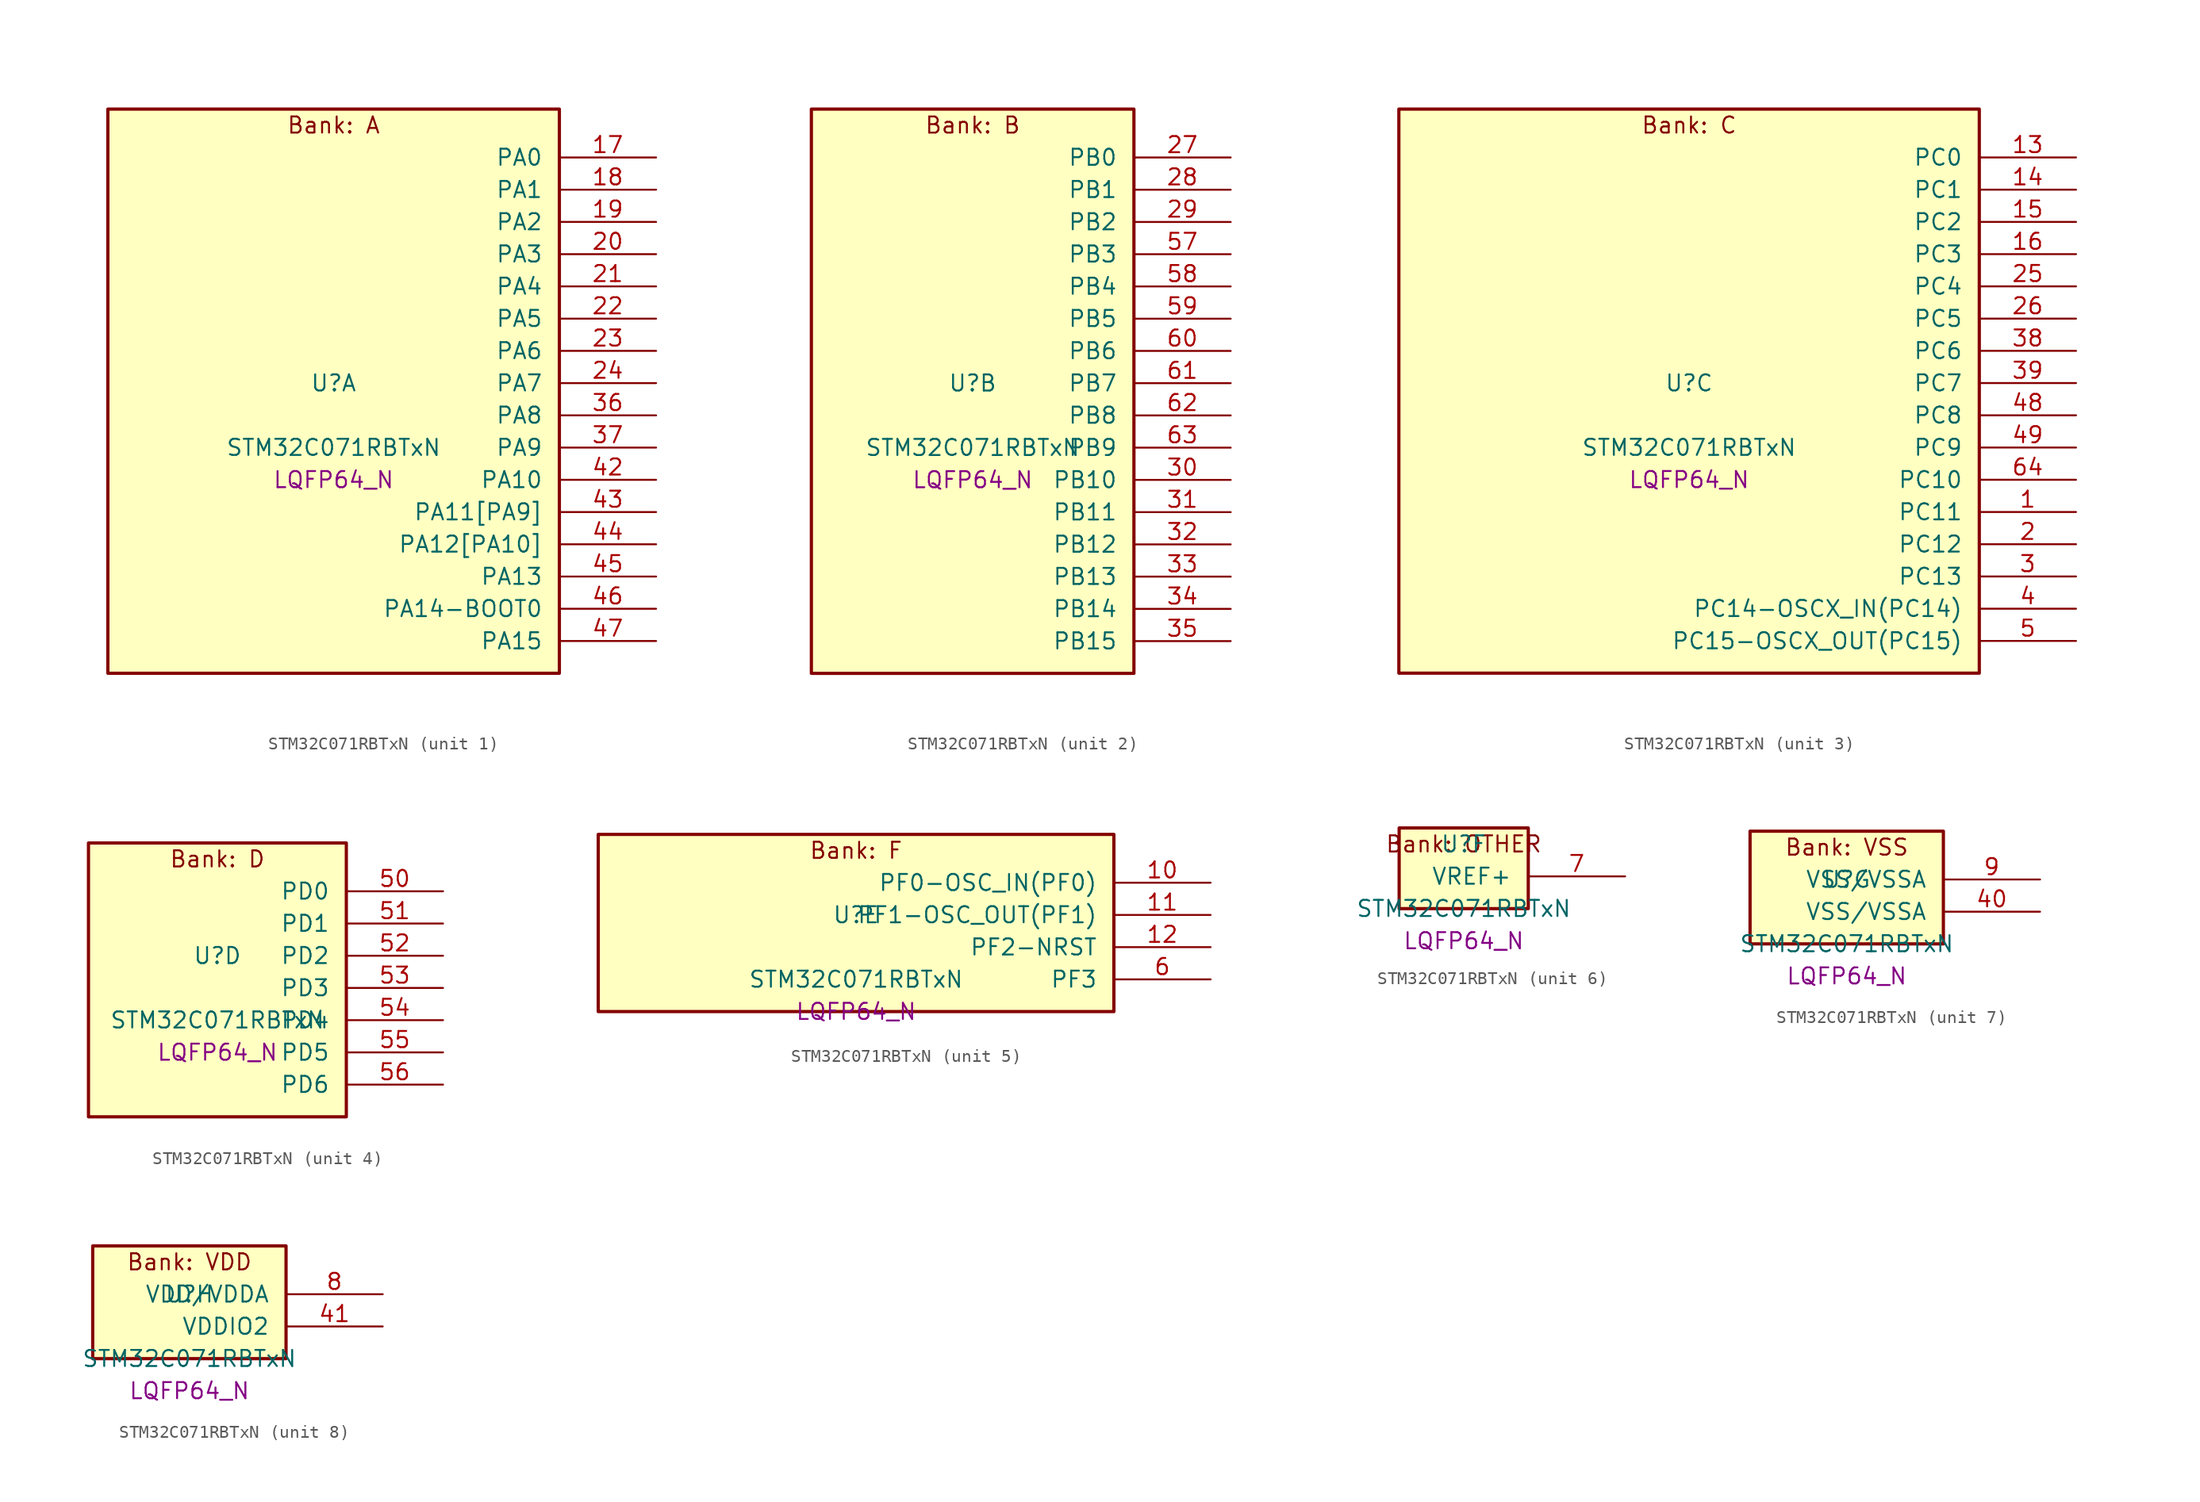
<source format=kicad_sym>
(kicad_symbol_lib
  (version 20241209)
  (generator "stm32_pkl_generator")
  (generator_version "1.0")
  (symbol "STM32C071RBTxN"
    (pin_names
      (offset 1.27))
    (property "Reference" "U"
      (at 0 2.54 0))
    (property "Value" "STM32C071RBTxN"
      (at 0 -2.54 0))
    (property "Footprint" "LQFP64_N"
      (at 0 -5.08 0))
    (symbol "STM32C071RBTxN_1_1"
      (rectangle (start -17.78 24.13) (end 17.78 -20.32) (stroke (width 0.254) (type solid)) (fill (type background)))
      (text "Bank: A" (at 0 22.86 0))
      (pin bidirectional line (at 25.4 20.32 180) (length 7.62) (name "PA0") (number "17") (alternate "PA0/ADC1_IN0" bidirectional line) (alternate "PA0/PWR_WKUP1" bidirectional line) (alternate "PA0/SPI2_SCK" bidirectional line) (alternate "PA0/TIM16_CH1" bidirectional line) (alternate "PA0/TIM1_CH1" bidirectional line) (alternate "PA0/TIM2_CH1" bidirectional line) (alternate "PA0/TIM2_ETR" bidirectional line) (alternate "PA0/USART1_TX" bidirectional line) (alternate "PA0/USART2_CTS" bidirectional line) (alternate "PA0/USART2_NSS" bidirectional line))
      (pin bidirectional line (at 25.4 17.78 180) (length 7.62) (name "PA1") (number "18") (alternate "PA1/ADC1_IN1" bidirectional line) (alternate "PA1/I2C1_SMBA" bidirectional line) (alternate "PA1/I2S1_CK" bidirectional line) (alternate "PA1/SPI1_SCK" bidirectional line) (alternate "PA1/TIM17_CH1" bidirectional line) (alternate "PA1/TIM1_CH2" bidirectional line) (alternate "PA1/TIM2_CH2" bidirectional line) (alternate "PA1/USART1_RX" bidirectional line) (alternate "PA1/USART2_CK" bidirectional line) (alternate "PA1/USART2_DE" bidirectional line) (alternate "PA1/USART2_RTS" bidirectional line))
      (pin bidirectional line (at 25.4 15.24 180) (length 7.62) (name "PA2") (number "19") (alternate "PA2/ADC1_IN2" bidirectional line) (alternate "PA2/I2S1_SD" bidirectional line) (alternate "PA2/PWR_WKUP4" bidirectional line) (alternate "PA2/RCC_LSCO" bidirectional line) (alternate "PA2/SPI1_MOSI" bidirectional line) (alternate "PA2/TIM16_CH1N" bidirectional line) (alternate "PA2/TIM1_CH3" bidirectional line) (alternate "PA2/TIM2_CH3" bidirectional line) (alternate "PA2/TIM3_ETR" bidirectional line) (alternate "PA2/USART2_TX" bidirectional line))
      (pin bidirectional line (at 25.4 12.7 180) (length 7.62) (name "PA3") (number "20") (alternate "PA3/ADC1_IN3" bidirectional line) (alternate "PA3/SPI2_MISO" bidirectional line) (alternate "PA3/TIM1_CH1N" bidirectional line) (alternate "PA3/TIM1_CH4" bidirectional line) (alternate "PA3/TIM2_CH4" bidirectional line) (alternate "PA3/USART2_RX" bidirectional line))
      (pin bidirectional line (at 25.4 10.16 180) (length 7.62) (name "PA4") (number "21") (alternate "PA4/ADC1_IN4" bidirectional line) (alternate "PA4/I2S1_WS" bidirectional line) (alternate "PA4/RTC_OUT2" bidirectional line) (alternate "PA4/SPI1_NSS" bidirectional line) (alternate "PA4/SPI2_MOSI" bidirectional line) (alternate "PA4/TIM14_CH1" bidirectional line) (alternate "PA4/TIM17_CH1N" bidirectional line) (alternate "PA4/TIM1_CH2N" bidirectional line) (alternate "PA4/USART2_TX" bidirectional line) (alternate "PA4/USB_NOE" bidirectional line))
      (pin bidirectional line (at 25.4 7.62 180) (length 7.62) (name "PA5") (number "22") (alternate "PA5/ADC1_IN5" bidirectional line) (alternate "PA5/I2S1_CK" bidirectional line) (alternate "PA5/SPI1_SCK" bidirectional line) (alternate "PA5/TIM1_CH1" bidirectional line) (alternate "PA5/TIM1_CH3N" bidirectional line) (alternate "PA5/TIM2_CH1" bidirectional line) (alternate "PA5/TIM2_ETR" bidirectional line) (alternate "PA5/USART2_RX" bidirectional line))
      (pin bidirectional line (at 25.4 5.08 180) (length 7.62) (name "PA6") (number "23") (alternate "PA6/ADC1_IN6" bidirectional line) (alternate "PA6/I2C2_SDA" bidirectional line) (alternate "PA6/I2S1_MCK" bidirectional line) (alternate "PA6/SPI1_MISO" bidirectional line) (alternate "PA6/TIM16_CH1" bidirectional line) (alternate "PA6/TIM1_BKIN" bidirectional line) (alternate "PA6/TIM3_CH1" bidirectional line))
      (pin bidirectional line (at 25.4 2.54 180) (length 7.62) (name "PA7") (number "24") (alternate "PA7/ADC1_IN7" bidirectional line) (alternate "PA7/I2C2_SCL" bidirectional line) (alternate "PA7/I2S1_SD" bidirectional line) (alternate "PA7/SPI1_MOSI" bidirectional line) (alternate "PA7/TIM14_CH1" bidirectional line) (alternate "PA7/TIM17_CH1" bidirectional line) (alternate "PA7/TIM1_CH1N" bidirectional line) (alternate "PA7/TIM3_CH2" bidirectional line))
      (pin bidirectional line (at 25.4 0 180) (length 7.62) (name "PA8") (number "36") (alternate "PA8/ADC1_IN8" bidirectional line) (alternate "PA8/CRS_SYNC" bidirectional line) (alternate "PA8/I2S1_WS" bidirectional line) (alternate "PA8/RCC_MCO" bidirectional line) (alternate "PA8/RCC_MCO_2" bidirectional line) (alternate "PA8/SPI1_NSS" bidirectional line) (alternate "PA8/SPI2_MISO" bidirectional line) (alternate "PA8/SPI2_NSS" bidirectional line) (alternate "PA8/TIM14_CH1" bidirectional line) (alternate "PA8/TIM1_CH1" bidirectional line) (alternate "PA8/TIM1_CH2N" bidirectional line) (alternate "PA8/TIM1_CH3N" bidirectional line) (alternate "PA8/TIM3_CH3" bidirectional line) (alternate "PA8/TIM3_CH4" bidirectional line) (alternate "PA8/USART1_RX" bidirectional line) (alternate "PA8/USART2_TX" bidirectional line))
      (pin bidirectional line (at 25.4 -2.54 180) (length 7.62) (name "PA9") (number "37") (alternate "PA9/I2C1_SCL" bidirectional line) (alternate "PA9/I2C2_SCL" bidirectional line) (alternate "PA9/RCC_MCO" bidirectional line) (alternate "PA9/SPI2_MISO" bidirectional line) (alternate "PA9/TIM1_CH2" bidirectional line) (alternate "PA9/TIM3_ETR" bidirectional line) (alternate "PA9/USART1_TX" bidirectional line) (alternate "PA9/NC" bidirectional line))
      (pin bidirectional line (at 25.4 -5.08 180) (length 7.62) (name "PA10") (number "42") (alternate "PA10/I2C1_SDA" bidirectional line) (alternate "PA10/I2C2_SDA" bidirectional line) (alternate "PA10/RCC_MCO_2" bidirectional line) (alternate "PA10/SPI2_MOSI" bidirectional line) (alternate "PA10/TIM17_BKIN" bidirectional line) (alternate "PA10/TIM1_CH3" bidirectional line) (alternate "PA10/USART1_RX" bidirectional line) (alternate "PA10/NC" bidirectional line))
      (pin bidirectional line (at 25.4 -7.62 180) (length 7.62) (name "PA11[PA9]") (number "43") (alternate "PA11[PA9]/ADC1_EXTI11" bidirectional line) (alternate "PA11[PA9]/I2C2_SCL" bidirectional line) (alternate "PA11[PA9]/I2S1_MCK" bidirectional line) (alternate "PA11[PA9]/SPI1_MISO" bidirectional line) (alternate "PA11[PA9]/TIM1_BKIN2" bidirectional line) (alternate "PA11[PA9]/TIM1_CH4" bidirectional line) (alternate "PA11[PA9]/USART1_CTS" bidirectional line) (alternate "PA11[PA9]/USART1_NSS" bidirectional line) (alternate "PA11[PA9]/USB_DM" bidirectional line) (alternate "PA11[PA9]/PA9[PA11]" bidirectional line) (alternate "PA11[PA9]/I2C1_SCL" bidirectional line) (alternate "PA11[PA9]/RCC_MCO" bidirectional line) (alternate "PA11[PA9]/SPI2_MISO" bidirectional line) (alternate "PA11[PA9]/TIM1_CH2" bidirectional line) (alternate "PA11[PA9]/TIM3_ETR" bidirectional line) (alternate "PA11[PA9]/USART1_TX" bidirectional line))
      (pin bidirectional line (at 25.4 -10.16 180) (length 7.62) (name "PA12[PA10]") (number "44") (alternate "PA12[PA10]/I2C2_SDA" bidirectional line) (alternate "PA12[PA10]/I2S1_SD" bidirectional line) (alternate "PA12[PA10]/I2S_CKIN" bidirectional line) (alternate "PA12[PA10]/SPI1_MOSI" bidirectional line) (alternate "PA12[PA10]/TIM1_ETR" bidirectional line) (alternate "PA12[PA10]/USART1_CK" bidirectional line) (alternate "PA12[PA10]/USART1_DE" bidirectional line) (alternate "PA12[PA10]/USART1_RTS" bidirectional line) (alternate "PA12[PA10]/USB_DP" bidirectional line) (alternate "PA12[PA10]/PA10[PA12]" bidirectional line) (alternate "PA12[PA10]/I2C1_SDA" bidirectional line) (alternate "PA12[PA10]/RCC_MCO_2" bidirectional line) (alternate "PA12[PA10]/SPI2_MOSI" bidirectional line) (alternate "PA12[PA10]/TIM17_BKIN" bidirectional line) (alternate "PA12[PA10]/TIM1_CH3" bidirectional line) (alternate "PA12[PA10]/USART1_RX" bidirectional line))
      (pin bidirectional line (at 25.4 -12.7 180) (length 7.62) (name "PA13") (number "45") (alternate "PA13/ADC1_IN13" bidirectional line) (alternate "PA13/DEBUG_SWDIO" bidirectional line) (alternate "PA13/IR_OUT" bidirectional line) (alternate "PA13/TIM3_ETR" bidirectional line) (alternate "PA13/USART2_RX" bidirectional line) (alternate "PA13/USB_NOE" bidirectional line))
      (pin bidirectional line (at 25.4 -15.24 180) (length 7.62) (name "PA14-BOOT0") (number "46") (alternate "PA14-BOOT0/ADC1_IN14" bidirectional line) (alternate "PA14-BOOT0/DEBUG_SWCLK" bidirectional line) (alternate "PA14-BOOT0/I2S1_WS" bidirectional line) (alternate "PA14-BOOT0/RCC_MCO_2" bidirectional line) (alternate "PA14-BOOT0/SPI1_NSS" bidirectional line) (alternate "PA14-BOOT0/TIM1_CH1" bidirectional line) (alternate "PA14-BOOT0/USART1_CK" bidirectional line) (alternate "PA14-BOOT0/USART1_DE" bidirectional line) (alternate "PA14-BOOT0/USART1_RTS" bidirectional line) (alternate "PA14-BOOT0/USART2_RX" bidirectional line) (alternate "PA14-BOOT0/USART2_TX" bidirectional line))
      (pin bidirectional line (at 25.4 -17.78 180) (length 7.62) (name "PA15") (number "47") (alternate "PA15/I2S1_WS" bidirectional line) (alternate "PA15/RCC_MCO_2" bidirectional line) (alternate "PA15/SPI1_NSS" bidirectional line) (alternate "PA15/TIM1_CH1" bidirectional line) (alternate "PA15/TIM2_CH1" bidirectional line) (alternate "PA15/TIM2_ETR" bidirectional line) (alternate "PA15/USART1_CK" bidirectional line) (alternate "PA15/USART1_DE" bidirectional line) (alternate "PA15/USART1_RTS" bidirectional line) (alternate "PA15/USART2_RX" bidirectional line) (alternate "PA15/USB_NOE" bidirectional line)))
    (symbol "STM32C071RBTxN_2_1"
      (rectangle (start -12.7 24.13) (end 12.7 -20.32) (stroke (width 0.254) (type solid)) (fill (type background)))
      (text "Bank: B" (at 0 22.86 0))
      (pin bidirectional line (at 20.32 20.32 180) (length 7.62) (name "PB0") (number "27") (alternate "PB0/ADC1_IN17" bidirectional line) (alternate "PB0/I2S1_WS" bidirectional line) (alternate "PB0/SPI1_NSS" bidirectional line) (alternate "PB0/TIM1_CH2N" bidirectional line) (alternate "PB0/TIM3_CH3" bidirectional line))
      (pin bidirectional line (at 20.32 17.78 180) (length 7.62) (name "PB1") (number "28") (alternate "PB1/ADC1_IN18" bidirectional line) (alternate "PB1/TIM14_CH1" bidirectional line) (alternate "PB1/TIM1_CH2N" bidirectional line) (alternate "PB1/TIM1_CH3N" bidirectional line) (alternate "PB1/TIM3_CH4" bidirectional line))
      (pin bidirectional line (at 20.32 15.24 180) (length 7.62) (name "PB2") (number "29") (alternate "PB2/ADC1_IN19" bidirectional line) (alternate "PB2/RCC_MCO_2" bidirectional line) (alternate "PB2/SPI2_MISO" bidirectional line) (alternate "PB2/USART1_RX" bidirectional line))
      (pin bidirectional line (at 20.32 12.7 180) (length 7.62) (name "PB3") (number "57") (alternate "PB3/I2C2_SCL" bidirectional line) (alternate "PB3/I2S1_CK" bidirectional line) (alternate "PB3/SPI1_SCK" bidirectional line) (alternate "PB3/TIM1_CH2" bidirectional line) (alternate "PB3/TIM2_CH2" bidirectional line) (alternate "PB3/TIM3_CH2" bidirectional line) (alternate "PB3/USART1_CK" bidirectional line) (alternate "PB3/USART1_DE" bidirectional line) (alternate "PB3/USART1_RTS" bidirectional line))
      (pin bidirectional line (at 20.32 10.16 180) (length 7.62) (name "PB4") (number "58") (alternate "PB4/I2C2_SDA" bidirectional line) (alternate "PB4/I2S1_MCK" bidirectional line) (alternate "PB4/SPI1_MISO" bidirectional line) (alternate "PB4/TIM17_BKIN" bidirectional line) (alternate "PB4/TIM3_CH1" bidirectional line) (alternate "PB4/USART1_CTS" bidirectional line) (alternate "PB4/USART1_NSS" bidirectional line))
      (pin bidirectional line (at 20.32 7.62 180) (length 7.62) (name "PB5") (number "59") (alternate "PB5/I2C1_SMBA" bidirectional line) (alternate "PB5/I2S1_SD" bidirectional line) (alternate "PB5/PWR_WKUP6" bidirectional line) (alternate "PB5/SPI1_MOSI" bidirectional line) (alternate "PB5/TIM16_BKIN" bidirectional line) (alternate "PB5/TIM3_CH2" bidirectional line) (alternate "PB5/TIM3_CH3" bidirectional line))
      (pin bidirectional line (at 20.32 5.08 180) (length 7.62) (name "PB6") (number "60") (alternate "PB6/I2C1_SCL" bidirectional line) (alternate "PB6/I2C1_SMBA" bidirectional line) (alternate "PB6/I2S1_CK" bidirectional line) (alternate "PB6/I2S1_MCK" bidirectional line) (alternate "PB6/I2S1_SD" bidirectional line) (alternate "PB6/PWR_WKUP3" bidirectional line) (alternate "PB6/SPI1_MISO" bidirectional line) (alternate "PB6/SPI1_MOSI" bidirectional line) (alternate "PB6/SPI1_SCK" bidirectional line) (alternate "PB6/SPI2_MISO" bidirectional line) (alternate "PB6/TIM16_BKIN" bidirectional line) (alternate "PB6/TIM16_CH1N" bidirectional line) (alternate "PB6/TIM17_BKIN" bidirectional line) (alternate "PB6/TIM1_CH2" bidirectional line) (alternate "PB6/TIM1_CH3" bidirectional line) (alternate "PB6/TIM3_CH1" bidirectional line) (alternate "PB6/TIM3_CH2" bidirectional line) (alternate "PB6/TIM3_CH3" bidirectional line) (alternate "PB6/USART1_CTS" bidirectional line) (alternate "PB6/USART1_NSS" bidirectional line) (alternate "PB6/USART1_TX" bidirectional line))
      (pin bidirectional line (at 20.32 2.54 180) (length 7.62) (name "PB7") (number "61") (alternate "PB7/I2C1_SCL" bidirectional line) (alternate "PB7/I2C1_SDA" bidirectional line) (alternate "PB7/SPI2_MOSI" bidirectional line) (alternate "PB7/TIM16_CH1" bidirectional line) (alternate "PB7/TIM17_CH1N" bidirectional line) (alternate "PB7/TIM1_CH4" bidirectional line) (alternate "PB7/TIM3_CH1" bidirectional line) (alternate "PB7/TIM3_CH4" bidirectional line) (alternate "PB7/USART1_RX" bidirectional line) (alternate "PB7/USART2_CTS" bidirectional line) (alternate "PB7/USART2_NSS" bidirectional line))
      (pin bidirectional line (at 20.32 0 180) (length 7.62) (name "PB8") (number "62") (alternate "PB8/I2C1_SCL" bidirectional line) (alternate "PB8/SPI2_SCK" bidirectional line) (alternate "PB8/TIM16_CH1" bidirectional line) (alternate "PB8/TIM3_CH1" bidirectional line) (alternate "PB8/USART2_CTS" bidirectional line) (alternate "PB8/USART2_NSS" bidirectional line))
      (pin bidirectional line (at 20.32 -2.54 180) (length 7.62) (name "PB9") (number "63") (alternate "PB9/I2C1_SDA" bidirectional line) (alternate "PB9/IR_OUT" bidirectional line) (alternate "PB9/SPI2_NSS" bidirectional line) (alternate "PB9/TIM17_CH1" bidirectional line) (alternate "PB9/TIM3_CH2" bidirectional line) (alternate "PB9/USART2_CK" bidirectional line) (alternate "PB9/USART2_DE" bidirectional line) (alternate "PB9/USART2_RTS" bidirectional line))
      (pin bidirectional line (at 20.32 -5.08 180) (length 7.62) (name "PB10") (number "30") (alternate "PB10/ADC1_IN20" bidirectional line) (alternate "PB10/I2C2_SCL" bidirectional line) (alternate "PB10/SPI2_SCK" bidirectional line) (alternate "PB10/TIM2_CH3" bidirectional line))
      (pin bidirectional line (at 20.32 -7.62 180) (length 7.62) (name "PB11") (number "31") (alternate "PB11/ADC1_EXTI11" bidirectional line) (alternate "PB11/ADC1_IN21" bidirectional line) (alternate "PB11/I2C2_SDA" bidirectional line) (alternate "PB11/SPI2_MOSI" bidirectional line) (alternate "PB11/TIM2_CH4" bidirectional line))
      (pin bidirectional line (at 20.32 -10.16 180) (length 7.62) (name "PB12") (number "32") (alternate "PB12/ADC1_IN22" bidirectional line) (alternate "PB12/SPI2_NSS" bidirectional line) (alternate "PB12/TIM1_BKIN" bidirectional line) (alternate "PB12/TIM1_BKIN2" bidirectional line))
      (pin bidirectional line (at 20.32 -12.7 180) (length 7.62) (name "PB13") (number "33") (alternate "PB13/I2C2_SCL" bidirectional line) (alternate "PB13/SPI2_SCK" bidirectional line) (alternate "PB13/TIM1_CH1N" bidirectional line))
      (pin bidirectional line (at 20.32 -15.24 180) (length 7.62) (name "PB14") (number "34") (alternate "PB14/I2C2_SDA" bidirectional line) (alternate "PB14/SPI2_MISO" bidirectional line) (alternate "PB14/TIM1_CH2N" bidirectional line))
      (pin bidirectional line (at 20.32 -17.78 180) (length 7.62) (name "PB15") (number "35") (alternate "PB15/RTC_REFIN" bidirectional line) (alternate "PB15/SPI2_MOSI" bidirectional line) (alternate "PB15/TIM1_CH3N" bidirectional line)))
    (symbol "STM32C071RBTxN_3_1"
      (rectangle (start -22.86 24.13) (end 22.86 -20.32) (stroke (width 0.254) (type solid)) (fill (type background)))
      (text "Bank: C" (at 0 22.86 0))
      (pin bidirectional line (at 30.48 20.32 180) (length 7.62) (name "PC0") (number "13"))
      (pin bidirectional line (at 30.48 17.78 180) (length 7.62) (name "PC1") (number "14"))
      (pin bidirectional line (at 30.48 15.24 180) (length 7.62) (name "PC2") (number "15") (alternate "PC2/SPI2_MISO" bidirectional line))
      (pin bidirectional line (at 30.48 12.7 180) (length 7.62) (name "PC3") (number "16") (alternate "PC3/SPI2_MOSI" bidirectional line))
      (pin bidirectional line (at 30.48 10.16 180) (length 7.62) (name "PC4") (number "25") (alternate "PC4/ADC1_IN11" bidirectional line) (alternate "PC4/TIM2_CH1" bidirectional line) (alternate "PC4/TIM2_ETR" bidirectional line) (alternate "PC4/USART1_TX" bidirectional line))
      (pin bidirectional line (at 30.48 7.62 180) (length 7.62) (name "PC5") (number "26") (alternate "PC5/ADC1_IN12" bidirectional line) (alternate "PC5/PWR_WKUP5" bidirectional line) (alternate "PC5/TIM2_CH2" bidirectional line) (alternate "PC5/USART1_RX" bidirectional line))
      (pin bidirectional line (at 30.48 5.08 180) (length 7.62) (name "PC6") (number "38") (alternate "PC6/TIM2_CH3" bidirectional line) (alternate "PC6/TIM3_CH1" bidirectional line))
      (pin bidirectional line (at 30.48 2.54 180) (length 7.62) (name "PC7") (number "39") (alternate "PC7/TIM2_CH4" bidirectional line) (alternate "PC7/TIM3_CH2" bidirectional line))
      (pin bidirectional line (at 30.48 0 180) (length 7.62) (name "PC8") (number "48") (alternate "PC8/TIM1_CH1" bidirectional line) (alternate "PC8/TIM3_CH3" bidirectional line))
      (pin bidirectional line (at 30.48 -2.54 180) (length 7.62) (name "PC9") (number "49") (alternate "PC9/I2S_CKIN" bidirectional line) (alternate "PC9/TIM1_CH2" bidirectional line) (alternate "PC9/TIM3_CH4" bidirectional line) (alternate "PC9/USB_NOE" bidirectional line))
      (pin bidirectional line (at 30.48 -5.08 180) (length 7.62) (name "PC10") (number "64") (alternate "PC10/TIM1_CH3" bidirectional line))
      (pin bidirectional line (at 30.48 -7.62 180) (length 7.62) (name "PC11") (number "1") (alternate "PC11/ADC1_EXTI11" bidirectional line) (alternate "PC11/TIM1_CH4" bidirectional line))
      (pin bidirectional line (at 30.48 -10.16 180) (length 7.62) (name "PC12") (number "2") (alternate "PC12/TIM14_CH1" bidirectional line))
      (pin bidirectional line (at 30.48 -12.7 180) (length 7.62) (name "PC13") (number "3") (alternate "PC13/PWR_WKUP2" bidirectional line) (alternate "PC13/RTC_OUT1" bidirectional line) (alternate "PC13/RTC_TS" bidirectional line) (alternate "PC13/TIM1_BKIN" bidirectional line) (alternate "PC13/TIM1_ETR" bidirectional line))
      (pin bidirectional line (at 30.48 -15.24 180) (length 7.62) (name "PC14-OSCX_IN(PC14)") (number "4") (alternate "PC14-OSCX_IN(PC14)/I2C1_SDA" bidirectional line) (alternate "PC14-OSCX_IN(PC14)/IR_OUT" bidirectional line) (alternate "PC14-OSCX_IN(PC14)/RCC_OSCX_IN" bidirectional line) (alternate "PC14-OSCX_IN(PC14)/SPI2_NSS" bidirectional line) (alternate "PC14-OSCX_IN(PC14)/TIM17_CH1" bidirectional line) (alternate "PC14-OSCX_IN(PC14)/TIM1_BKIN2" bidirectional line) (alternate "PC14-OSCX_IN(PC14)/TIM1_ETR" bidirectional line) (alternate "PC14-OSCX_IN(PC14)/TIM3_CH2" bidirectional line) (alternate "PC14-OSCX_IN(PC14)/USART1_TX" bidirectional line) (alternate "PC14-OSCX_IN(PC14)/USART2_CK" bidirectional line) (alternate "PC14-OSCX_IN(PC14)/USART2_DE" bidirectional line) (alternate "PC14-OSCX_IN(PC14)/USART2_RTS" bidirectional line))
      (pin bidirectional line (at 30.48 -17.78 180) (length 7.62) (name "PC15-OSCX_OUT(PC15)") (number "5") (alternate "PC15-OSCX_OUT(PC15)/RCC_OSC32_EN" bidirectional line) (alternate "PC15-OSCX_OUT(PC15)/RCC_OSCX_OUT" bidirectional line) (alternate "PC15-OSCX_OUT(PC15)/RCC_OSC_EN" bidirectional line) (alternate "PC15-OSCX_OUT(PC15)/TIM1_ETR" bidirectional line) (alternate "PC15-OSCX_OUT(PC15)/TIM3_CH3" bidirectional line)))
    (symbol "STM32C071RBTxN_4_1"
      (rectangle (start -10.16 11.43) (end 10.16 -10.16) (stroke (width 0.254) (type solid)) (fill (type background)))
      (text "Bank: D" (at 0 10.16 0))
      (pin bidirectional line (at 17.78 7.62 180) (length 7.62) (name "PD0") (number "50") (alternate "PD0/SPI2_NSS" bidirectional line) (alternate "PD0/TIM16_CH1" bidirectional line))
      (pin bidirectional line (at 17.78 5.08 180) (length 7.62) (name "PD1") (number "51") (alternate "PD1/SPI2_SCK" bidirectional line) (alternate "PD1/TIM17_CH1" bidirectional line))
      (pin bidirectional line (at 17.78 2.54 180) (length 7.62) (name "PD2") (number "52") (alternate "PD2/TIM1_CH1N" bidirectional line) (alternate "PD2/TIM3_ETR" bidirectional line))
      (pin bidirectional line (at 17.78 0 180) (length 7.62) (name "PD3") (number "53") (alternate "PD3/SPI2_MISO" bidirectional line) (alternate "PD3/TIM1_CH2N" bidirectional line) (alternate "PD3/USART2_CTS" bidirectional line) (alternate "PD3/USART2_NSS" bidirectional line))
      (pin bidirectional line (at 17.78 -2.54 180) (length 7.62) (name "PD4") (number "54") (alternate "PD4/SPI2_MOSI" bidirectional line) (alternate "PD4/TIM1_CH3N" bidirectional line) (alternate "PD4/USART2_CK" bidirectional line) (alternate "PD4/USART2_DE" bidirectional line) (alternate "PD4/USART2_RTS" bidirectional line))
      (pin bidirectional line (at 17.78 -5.08 180) (length 7.62) (name "PD5") (number "55") (alternate "PD5/I2S1_MCK" bidirectional line) (alternate "PD5/SPI1_MISO" bidirectional line) (alternate "PD5/TIM1_BKIN" bidirectional line) (alternate "PD5/USART2_TX" bidirectional line))
      (pin bidirectional line (at 17.78 -7.62 180) (length 7.62) (name "PD6") (number "56") (alternate "PD6/I2S1_SD" bidirectional line) (alternate "PD6/SPI1_MOSI" bidirectional line) (alternate "PD6/USART2_RX" bidirectional line)))
    (symbol "STM32C071RBTxN_5_1"
      (rectangle (start -20.32 8.89) (end 20.32 -5.08) (stroke (width 0.254) (type solid)) (fill (type background)))
      (text "Bank: F" (at 0 7.62 0))
      (pin bidirectional line (at 27.94 5.08 180) (length 7.62) (name "PF0-OSC_IN(PF0)") (number "10") (alternate "PF0-OSC_IN(PF0)/CRS_SYNC" bidirectional line) (alternate "PF0-OSC_IN(PF0)/RCC_OSC_IN" bidirectional line) (alternate "PF0-OSC_IN(PF0)/TIM14_CH1" bidirectional line))
      (pin bidirectional line (at 27.94 2.54 180) (length 7.62) (name "PF1-OSC_OUT(PF1)") (number "11") (alternate "PF1-OSC_OUT(PF1)/RCC_OSC_EN" bidirectional line) (alternate "PF1-OSC_OUT(PF1)/RCC_OSC_OUT" bidirectional line))
      (pin bidirectional line (at 27.94 0 180) (length 7.62) (name "PF2-NRST") (number "12") (alternate "PF2-NRST/RCC_MCO" bidirectional line) (alternate "PF2-NRST/TIM1_CH4" bidirectional line))
      (pin bidirectional line (at 27.94 -2.54 180) (length 7.62) (name "PF3") (number "6")))
    (symbol "STM32C071RBTxN_6_1"
      (rectangle (start -5.08 3.81) (end 5.08 -2.54) (stroke (width 0.254) (type solid)) (fill (type background)))
      (text "Bank: OTHER" (at 0 2.54 0))
      (pin bidirectional line (at 12.7 0 180) (length 7.62) (name "VREF+") (number "7")))
    (symbol "STM32C071RBTxN_7_1"
      (rectangle (start -7.62 6.35) (end 7.62 -2.54) (stroke (width 0.254) (type solid)) (fill (type background)))
      (text "Bank: VSS" (at 0 5.08 0))
      (pin power_in line (at 15.24 2.54 180) (length 7.62) (name "VSS/VSSA") (number "9"))
      (pin power_in line (at 15.24 0 180) (length 7.62) (name "VSS/VSSA") (number "40")))
    (symbol "STM32C071RBTxN_8_1"
      (rectangle (start -7.62 6.35) (end 7.62 -2.54) (stroke (width 0.254) (type solid)) (fill (type background)))
      (text "Bank: VDD" (at 0 5.08 0))
      (pin power_in line (at 15.24 2.54 180) (length 7.62) (name "VDD/VDDA") (number "8"))
      (pin power_in line (at 15.24 0 180) (length 7.62) (name "VDDIO2") (number "41")))))
</source>
